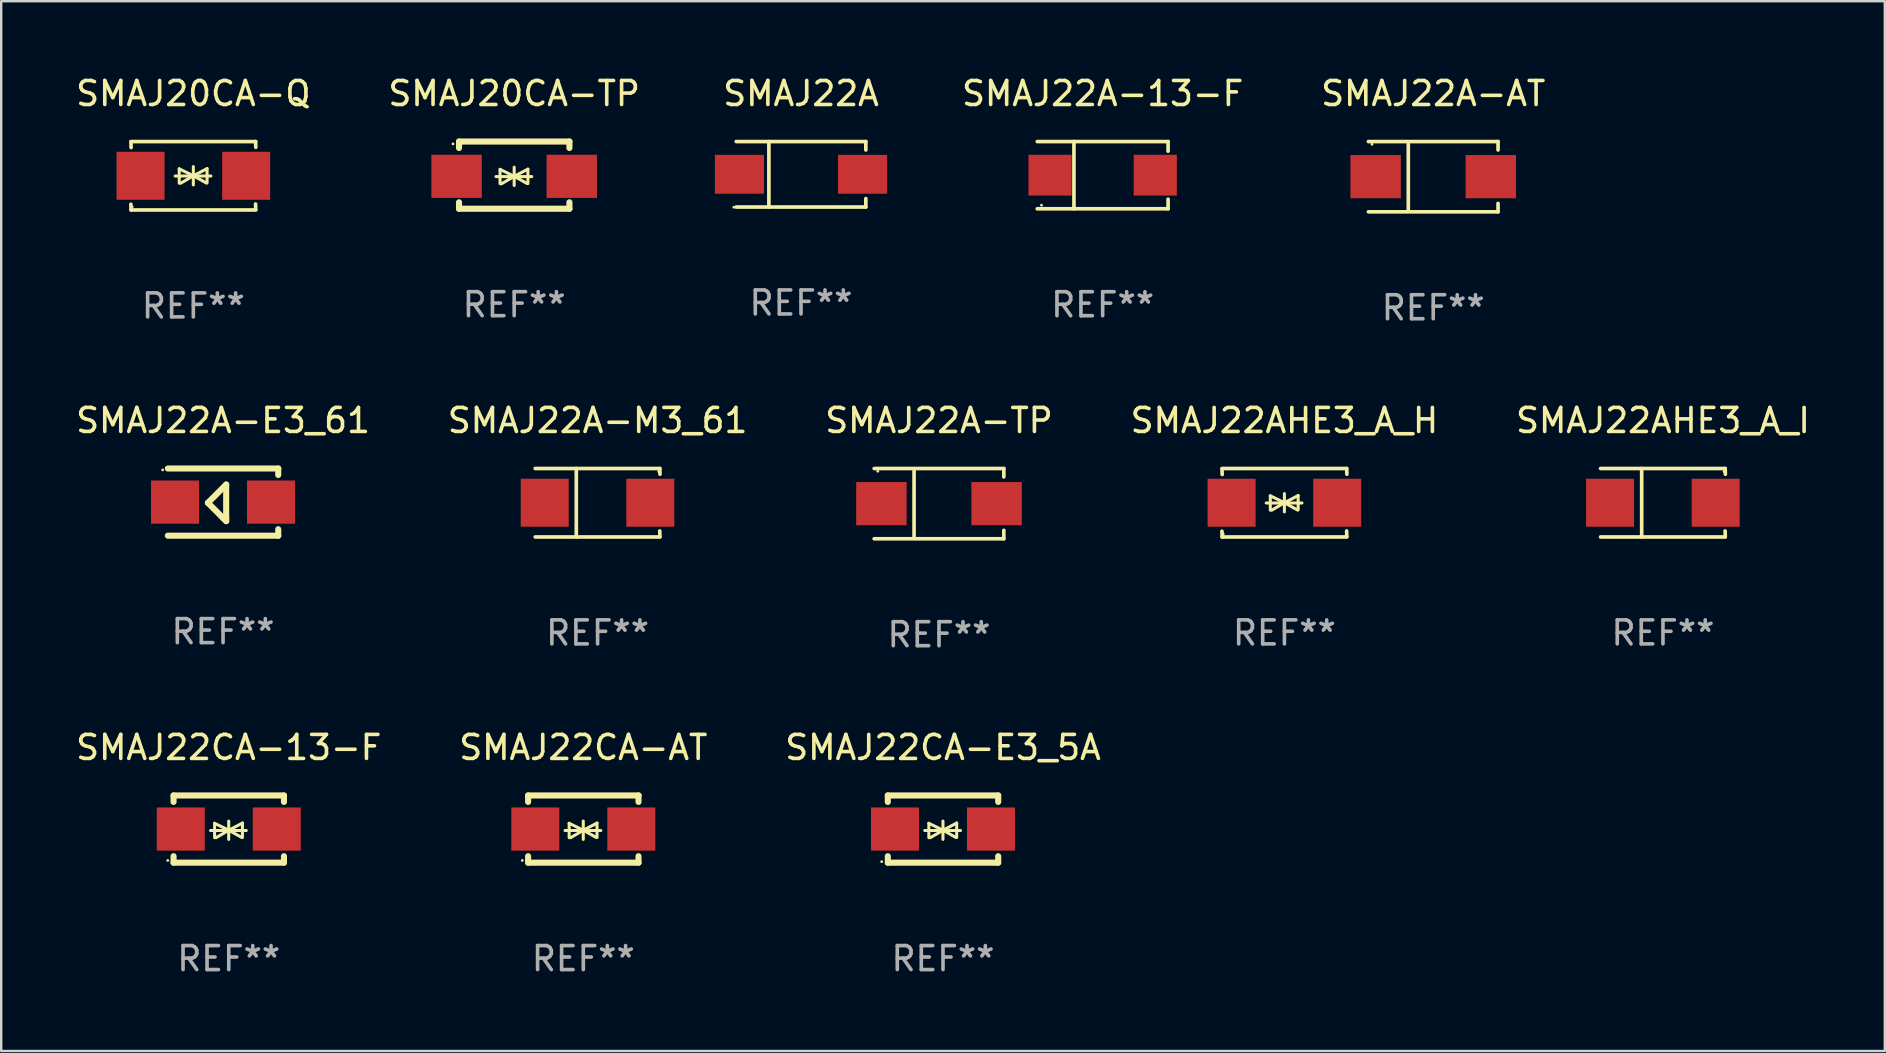
<source format=kicad_pcb>
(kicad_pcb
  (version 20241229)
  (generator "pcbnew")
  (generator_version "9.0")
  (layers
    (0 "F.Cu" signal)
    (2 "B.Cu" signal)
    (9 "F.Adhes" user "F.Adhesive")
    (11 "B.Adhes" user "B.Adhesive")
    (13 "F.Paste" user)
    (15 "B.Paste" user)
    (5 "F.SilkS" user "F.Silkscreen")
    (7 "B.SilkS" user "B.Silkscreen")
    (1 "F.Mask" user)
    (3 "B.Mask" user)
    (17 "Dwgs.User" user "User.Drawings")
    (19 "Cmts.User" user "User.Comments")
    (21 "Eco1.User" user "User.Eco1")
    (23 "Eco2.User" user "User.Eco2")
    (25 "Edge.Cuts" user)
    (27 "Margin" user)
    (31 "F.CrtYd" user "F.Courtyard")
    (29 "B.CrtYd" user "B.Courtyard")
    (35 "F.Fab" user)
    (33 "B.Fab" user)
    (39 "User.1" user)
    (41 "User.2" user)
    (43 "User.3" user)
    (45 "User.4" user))
  (footprint "SMAJ20CA-TP"
    (layer "F.Cu")
    (at 18.375 4.248)
    (property "Reference" "SMAJ20CA-TP" (at 0 -3.4 0) (layer "F.SilkS") (effects (font (size 1 1) (thickness 0.15))))
    (attr through_hole)
    (fp_line (start -2.298 -1.4) (end -2.298 -1.131) (stroke (width 0.254) (type solid)) (layer "F.SilkS"))
    (fp_line (start -2.298 -1.4) (end 2.302 -1.4) (stroke (width 0.254) (type solid)) (layer "F.SilkS"))
    (fp_line (start -2.298 1.131) (end -2.298 1.4) (stroke (width 0.254) (type solid)) (layer "F.SilkS"))
    (fp_line (start -2.298 1.4) (end 2.302 1.4) (stroke (width 0.254) (type solid)) (layer "F.SilkS"))
    (fp_line (start -0.758 0.06) (end 0.732 0.06) (stroke (width 0.127) (type solid)) (layer "F.SilkS"))
    (fp_line (start -0.588 -0.24) (end -0.588 0.36) (stroke (width 0.127) (type solid)) (layer "F.SilkS"))
    (fp_line (start -0.588 -0.24) (end 0.000025 0.049) (stroke (width 0.127) (type solid)) (layer "F.SilkS"))
    (fp_line (start -0.528 0.36) (end 0.000025 0.049) (stroke (width 0.127) (type solid)) (layer "F.SilkS"))
    (fp_line (start 0.000025 0.049) (end 0.000025 -0.332) (stroke (width 0.127) (type solid)) (layer "F.SilkS"))
    (fp_line (start 0.000025 0.049) (end 0.000025 0.43) (stroke (width 0.127) (type solid)) (layer "F.SilkS"))
    (fp_line (start 0.542 0.35) (end 0.000025 0.049) (stroke (width 0.127) (type solid)) (layer "F.SilkS"))
    (fp_line (start 0.572 -0.25) (end 0.000025 0.049) (stroke (width 0.127) (type solid)) (layer "F.SilkS"))
    (fp_line (start 0.572 -0.25) (end 0.572 0.35) (stroke (width 0.127) (type solid)) (layer "F.SilkS"))
    (fp_line (start 2.302 -1.4) (end 2.302 -1.131) (stroke (width 0.254) (type solid)) (layer "F.SilkS"))
    (fp_line (start 2.302 1.131) (end 2.302 1.4) (stroke (width 0.254) (type solid)) (layer "F.SilkS"))
    (fp_circle (center -2.549 -1.301) (end -2.519 -1.301) (stroke (width 0.06) (type solid)) (fill no) (layer "F.SilkS"))
    (fp_text user "REF**" (at 0 5.4 0) (layer "F.Fab") (effects (font (size 1 1) (thickness 0.15))))
    (pad "1" smd rect (at -2.4 0.049) (size 2.1 1.8) (layers "F.Cu" "F.Mask" "F.Paste"))
    (pad "2" smd rect (at 2.4 0.049) (size 2.1 1.8) (layers "F.Cu" "F.Mask" "F.Paste")))
  (footprint "SMAJ22A-TP"
    (layer "F.Cu")
    (at 36.077 17.936)
    (property "Reference" "SMAJ22A-TP" (at 0 -3.464 0) (layer "F.SilkS") (effects (font (size 1 1) (thickness 0.15))))
    (attr through_hole)
    (fp_line (start -2.701 -1.464) (end 2.701 -1.464) (stroke (width 0.152) (type solid)) (layer "F.SilkS"))
    (fp_line (start -2.701 1.464) (end 2.701 1.464) (stroke (width 0.152) (type solid)) (layer "F.SilkS"))
    (fp_line (start -1.039 -1.364) (end -1.039 1.364) (stroke (width 0.152) (type solid)) (layer "F.SilkS"))
    (fp_line (start 2.701 -1.464) (end 2.701 -1.113) (stroke (width 0.152) (type solid)) (layer "F.SilkS"))
    (fp_line (start 2.701 1.464) (end 2.701 1.113) (stroke (width 0.152) (type solid)) (layer "F.SilkS"))
    (fp_circle (center -2.55 -1.35) (end -2.52 -1.35) (stroke (width 0.06) (type solid)) (fill no) (layer "F.SilkS"))
    (fp_text user "REF**" (at 0 5.464 0) (layer "F.Fab") (effects (font (size 1 1) (thickness 0.15))))
    (pad "1" smd rect (at -2.4 0) (size 2.1 1.8) (layers "F.Cu" "F.Mask" "F.Paste"))
    (pad "2" smd rect (at 2.4 0) (size 2.1 1.8) (layers "F.Cu" "F.Mask" "F.Paste")))
  (footprint "SMAJ22CA-AT"
    (layer "F.Cu")
    (at 21.256 31.496)
    (property "Reference" "SMAJ22CA-AT" (at 0 -3.4 0) (layer "F.SilkS") (effects (font (size 1 1) (thickness 0.15))))
    (attr through_hole)
    (fp_line (start -2.3 -1.4) (end -2.3 -1.131) (stroke (width 0.254) (type solid)) (layer "F.SilkS"))
    (fp_line (start -2.3 -1.4) (end 2.3 -1.4) (stroke (width 0.254) (type solid)) (layer "F.SilkS"))
    (fp_line (start -2.3 1.131) (end -2.3 1.4) (stroke (width 0.254) (type solid)) (layer "F.SilkS"))
    (fp_line (start -2.3 1.4) (end 2.3 1.4) (stroke (width 0.254) (type solid)) (layer "F.SilkS"))
    (fp_line (start -0.76 0.06) (end 0.73 0.06) (stroke (width 0.127) (type solid)) (layer "F.SilkS"))
    (fp_line (start -0.59 -0.24) (end -0.59 0.36) (stroke (width 0.127) (type solid)) (layer "F.SilkS"))
    (fp_line (start -0.59 -0.24) (end -0.002 0.049) (stroke (width 0.127) (type solid)) (layer "F.SilkS"))
    (fp_line (start -0.53 0.36) (end -0.002 0.049) (stroke (width 0.127) (type solid)) (layer "F.SilkS"))
    (fp_line (start -0.002 0.049) (end -0.002 -0.332) (stroke (width 0.127) (type solid)) (layer "F.SilkS"))
    (fp_line (start -0.002 0.049) (end -0.002 0.43) (stroke (width 0.127) (type solid)) (layer "F.SilkS"))
    (fp_line (start 0.54 0.35) (end -0.002 0.049) (stroke (width 0.127) (type solid)) (layer "F.SilkS"))
    (fp_line (start 0.57 -0.25) (end -0.002 0.049) (stroke (width 0.127) (type solid)) (layer "F.SilkS"))
    (fp_line (start 0.57 -0.25) (end 0.57 0.35) (stroke (width 0.127) (type solid)) (layer "F.SilkS"))
    (fp_line (start 2.3 -1.4) (end 2.3 -1.131) (stroke (width 0.254) (type solid)) (layer "F.SilkS"))
    (fp_line (start 2.3 1.131) (end 2.3 1.4) (stroke (width 0.254) (type solid)) (layer "F.SilkS"))
    (fp_circle (center -2.542 1.308) (end -2.512 1.308) (stroke (width 0.06) (type solid)) (fill no) (layer "F.SilkS"))
    (fp_text user "REF**" (at 0 5.4 0) (layer "F.Fab") (effects (font (size 1 1) (thickness 0.15))))
    (pad "1" smd rect (at -2 0) (size 2 1.8) (layers "F.Cu" "F.Mask" "F.Paste"))
    (pad "2" smd rect (at 2 0) (size 2 1.8) (layers "F.Cu" "F.Mask" "F.Paste")))
  (footprint "SMAJ22A-M3_61"
    (layer "F.Cu")
    (at 21.851 17.898)
    (property "Reference" "SMAJ22A-M3_61" (at 0 -3.426 0) (layer "F.SilkS") (effects (font (size 1 1) (thickness 0.15))))
    (attr through_hole)
    (fp_line (start -2.6 -1.426) (end 2.593 -1.426) (stroke (width 0.152) (type solid)) (layer "F.SilkS"))
    (fp_line (start -2.6 1.426) (end 2.593 1.426) (stroke (width 0.152) (type solid)) (layer "F.SilkS"))
    (fp_line (start -0.887 -1.426) (end -0.887 1.426) (stroke (width 0.152) (type solid)) (layer "F.SilkS"))
    (fp_line (start 2.59 1.176) (end 2.597 1.415) (stroke (width 0.152) (type solid)) (layer "F.SilkS"))
    (fp_line (start 2.593 -1.426) (end 2.6 -1.187) (stroke (width 0.152) (type solid)) (layer "F.SilkS"))
    (fp_circle (center 2.547 -1.3) (end 2.577 -1.3) (stroke (width 0.06) (type solid)) (fill no) (layer "F.SilkS"))
    (fp_text user "REF**" (at 0 5.426 0) (layer "F.Fab") (effects (font (size 1 1) (thickness 0.15))))
    (pad "1" smd rect (at 2.197 -0.000025 180) (size 2 2) (layers "F.Cu" "F.Mask" "F.Paste"))
    (pad "2" smd rect (at -2.203 -0.000025 180) (size 2 2) (layers "F.Cu" "F.Mask" "F.Paste")))
  (footprint "SMAJ22A-E3_61"
    (layer "F.Cu")
    (at 6.244 17.872)
    (property "Reference" "SMAJ22A-E3_61" (at 0 -3.4 0) (layer "F.SilkS") (effects (font (size 1 1) (thickness 0.15))))
    (attr through_hole)
    (fp_line (start -2.3 -1.4) (end 2.3 -1.4) (stroke (width 0.254) (type solid)) (layer "F.SilkS"))
    (fp_line (start -2.3 1.4) (end 2.3 1.4) (stroke (width 0.254) (type solid)) (layer "F.SilkS"))
    (fp_line (start -0.631 0.03) (end 0.131 -0.732) (stroke (width 0.254) (type solid)) (layer "F.SilkS"))
    (fp_line (start 0.004 0.665) (end -0.631 0.03) (stroke (width 0.254) (type solid)) (layer "F.SilkS"))
    (fp_line (start 0.131 -0.732) (end 0.131 0.665) (stroke (width 0.254) (type solid)) (layer "F.SilkS"))
    (fp_line (start 0.131 0.665) (end 0.131 0.792) (stroke (width 0.254) (type solid)) (layer "F.SilkS"))
    (fp_line (start 0.131 0.792) (end 0.004 0.665) (stroke (width 0.254) (type solid)) (layer "F.SilkS"))
    (fp_line (start 2.3 -1.4) (end 2.3 -1.131) (stroke (width 0.254) (type solid)) (layer "F.SilkS"))
    (fp_line (start 2.3 1.131) (end 2.3 1.4) (stroke (width 0.254) (type solid)) (layer "F.SilkS"))
    (fp_circle (center -2.517 -1.342) (end -2.487 -1.342) (stroke (width 0.06) (type solid)) (fill no) (layer "F.SilkS"))
    (fp_text user "REF**" (at 0 5.4 0) (layer "F.Fab") (effects (font (size 1 1) (thickness 0.15))))
    (pad "1" smd rect (at -2 -0.000127) (size 2 1.8) (layers "F.Cu" "F.Mask" "F.Paste"))
    (pad "2" smd rect (at 2 -0.000127) (size 2 1.8) (layers "F.Cu" "F.Mask" "F.Paste")))
  (footprint "SMAJ22A"
    (layer "F.Cu")
    (at 30.327 4.212)
    (property "Reference" "SMAJ22A" (at 0 -3.364 0) (layer "F.SilkS") (effects (font (size 1 1) (thickness 0.15))))
    (attr through_hole)
    (fp_line (start -2.701 -1.364) (end 2.701 -1.364) (stroke (width 0.152) (type solid)) (layer "F.SilkS"))
    (fp_line (start -2.701 1.364) (end 2.701 1.364) (stroke (width 0.152) (type solid)) (layer "F.SilkS"))
    (fp_line (start -1.339 -1.364) (end -1.339 1.364) (stroke (width 0.152) (type solid)) (layer "F.SilkS"))
    (fp_line (start 2.701 -1.364) (end 2.701 -1.013) (stroke (width 0.152) (type solid)) (layer "F.SilkS"))
    (fp_line (start 2.701 1.364) (end 2.701 1.013) (stroke (width 0.152) (type solid)) (layer "F.SilkS"))
    (fp_circle (center -2.8 1.375) (end -2.77 1.375) (stroke (width 0.06) (type solid)) (fill no) (layer "F.SilkS"))
    (fp_text user "REF**" (at 0 5.364 0) (layer "F.Fab") (effects (font (size 1 1) (thickness 0.15))))
    (pad "1" smd rect (at -2.565 -0.000025) (size 2.046 1.62) (layers "F.Cu" "F.Mask" "F.Paste"))
    (pad "2" smd rect (at 2.565 -0.000025) (size 2.046 1.62) (layers "F.Cu" "F.Mask" "F.Paste")))
  (footprint "SMAJ22A-13-F"
    (layer "F.Cu")
    (at 42.897 4.249)
    (property "Reference" "SMAJ22A-13-F" (at 0 -3.401 0) (layer "F.SilkS") (effects (font (size 1 1) (thickness 0.15))))
    (attr through_hole)
    (fp_line (start -2.726 -1.401) (end 2.726 -1.401) (stroke (width 0.152) (type solid)) (layer "F.SilkS"))
    (fp_line (start -2.726 1.401) (end 2.726 1.401) (stroke (width 0.152) (type solid)) (layer "F.SilkS"))
    (fp_line (start -1.197 -1.401) (end -1.197 1.401) (stroke (width 0.152) (type solid)) (layer "F.SilkS"))
    (fp_line (start 2.726 -1.401) (end 2.726 -1) (stroke (width 0.152) (type solid)) (layer "F.SilkS"))
    (fp_line (start 2.726 1.401) (end 2.726 1) (stroke (width 0.152) (type solid)) (layer "F.SilkS"))
    (fp_circle (center -2.55 1.25) (end -2.52 1.25) (stroke (width 0.06) (type solid)) (fill no) (layer "F.SilkS"))
    (fp_text user "REF**" (at 0 5.401 0) (layer "F.Fab") (effects (font (size 1 1) (thickness 0.15))))
    (pad "1" smd rect (at -2.192 0) (size 1.8 1.7) (layers "F.Cu" "F.Mask" "F.Paste"))
    (pad "2" smd rect (at 2.192 0) (size 1.8 1.7) (layers "F.Cu" "F.Mask" "F.Paste")))
  (footprint "SMAJ22A-AT"
    (layer "F.Cu")
    (at 56.671 4.312)
    (property "Reference" "SMAJ22A-AT" (at 0 -3.464 0) (layer "F.SilkS") (effects (font (size 1 1) (thickness 0.15))))
    (attr through_hole)
    (fp_line (start -2.701 -1.464) (end 2.701 -1.464) (stroke (width 0.152) (type solid)) (layer "F.SilkS"))
    (fp_line (start -2.701 1.464) (end 2.701 1.464) (stroke (width 0.152) (type solid)) (layer "F.SilkS"))
    (fp_line (start -1.039 -1.364) (end -1.039 1.364) (stroke (width 0.152) (type solid)) (layer "F.SilkS"))
    (fp_line (start 2.701 -1.464) (end 2.701 -1.113) (stroke (width 0.152) (type solid)) (layer "F.SilkS"))
    (fp_line (start 2.701 1.464) (end 2.701 1.113) (stroke (width 0.152) (type solid)) (layer "F.SilkS"))
    (fp_circle (center -2.55 -1.35) (end -2.52 -1.35) (stroke (width 0.06) (type solid)) (fill no) (layer "F.SilkS"))
    (fp_text user "REF**" (at 0 5.464 0) (layer "F.Fab") (effects (font (size 1 1) (thickness 0.15))))
    (pad "1" smd rect (at -2.4 0) (size 2.1 1.8) (layers "F.Cu" "F.Mask" "F.Paste"))
    (pad "2" smd rect (at 2.4 0) (size 2.1 1.8) (layers "F.Cu" "F.Mask" "F.Paste")))
  (footprint "SMAJ20CA-Q"
    (layer "F.Cu")
    (at 5.006 4.274)
    (property "Reference" "SMAJ20CA-Q" (at 0 -3.426 0) (layer "F.SilkS") (effects (font (size 1 1) (thickness 0.15))))
    (attr through_hole)
    (fp_line (start -2.596 -1.426) (end 2.596 -1.426) (stroke (width 0.152) (type solid)) (layer "F.SilkS"))
    (fp_line (start -2.596 1.426) (end -2.603 1.187) (stroke (width 0.152) (type solid)) (layer "F.SilkS"))
    (fp_line (start -2.596 1.426) (end 2.596 1.426) (stroke (width 0.152) (type solid)) (layer "F.SilkS"))
    (fp_line (start -2.593 -1.176) (end -2.6 -1.415) (stroke (width 0.152) (type solid)) (layer "F.SilkS"))
    (fp_line (start -0.758 0.011) (end 0.732 0.011) (stroke (width 0.127) (type solid)) (layer "F.SilkS"))
    (fp_line (start -0.588 -0.289) (end -0.588 0.311) (stroke (width 0.127) (type solid)) (layer "F.SilkS"))
    (fp_line (start -0.588 -0.289) (end 0 0) (stroke (width 0.127) (type solid)) (layer "F.SilkS"))
    (fp_line (start -0.528 0.311) (end 0 0) (stroke (width 0.127) (type solid)) (layer "F.SilkS"))
    (fp_line (start 0 0) (end 0 -0.381) (stroke (width 0.127) (type solid)) (layer "F.SilkS"))
    (fp_line (start 0 0) (end 0 0.381) (stroke (width 0.127) (type solid)) (layer "F.SilkS"))
    (fp_line (start 0.542 0.301) (end 0 0) (stroke (width 0.127) (type solid)) (layer "F.SilkS"))
    (fp_line (start 0.572 -0.299) (end 0 0) (stroke (width 0.127) (type solid)) (layer "F.SilkS"))
    (fp_line (start 0.572 -0.299) (end 0.572 0.301) (stroke (width 0.127) (type solid)) (layer "F.SilkS"))
    (fp_line (start 2.593 1.176) (end 2.6 1.415) (stroke (width 0.152) (type solid)) (layer "F.SilkS"))
    (fp_line (start 2.596 -1.426) (end 2.603 -1.187) (stroke (width 0.152) (type solid)) (layer "F.SilkS"))
    (fp_circle (center -2.55 1.3) (end -2.52 1.3) (stroke (width 0.06) (type solid)) (fill no) (layer "F.SilkS"))
    (fp_text user "REF**" (at 0 5.426 0) (layer "F.Fab") (effects (font (size 1 1) (thickness 0.15))))
    (pad "1" smd rect (at -2.2 0 180) (size 2 2) (layers "F.Cu" "F.Mask" "F.Paste"))
    (pad "2" smd rect (at 2.2 0 180) (size 2 2) (layers "F.Cu" "F.Mask" "F.Paste")))
  (footprint "SMAJ22AHE3_A_I"
    (layer "F.Cu")
    (at 66.244 17.898)
    (property "Reference" "SMAJ22AHE3_A_I" (at 0 -3.426 0) (layer "F.SilkS") (effects (font (size 1 1) (thickness 0.15))))
    (attr through_hole)
    (fp_line (start -2.6 -1.426) (end 2.593 -1.426) (stroke (width 0.152) (type solid)) (layer "F.SilkS"))
    (fp_line (start -2.6 1.426) (end 2.593 1.426) (stroke (width 0.152) (type solid)) (layer "F.SilkS"))
    (fp_line (start -0.887 -1.426) (end -0.887 1.426) (stroke (width 0.152) (type solid)) (layer "F.SilkS"))
    (fp_line (start 2.59 1.176) (end 2.597 1.415) (stroke (width 0.152) (type solid)) (layer "F.SilkS"))
    (fp_line (start 2.593 -1.426) (end 2.6 -1.187) (stroke (width 0.152) (type solid)) (layer "F.SilkS"))
    (fp_circle (center 2.547 -1.3) (end 2.577 -1.3) (stroke (width 0.06) (type solid)) (fill no) (layer "F.SilkS"))
    (fp_text user "REF**" (at 0 5.426 0) (layer "F.Fab") (effects (font (size 1 1) (thickness 0.15))))
    (pad "1" smd rect (at 2.197 -0.000025 180) (size 2 2) (layers "F.Cu" "F.Mask" "F.Paste"))
    (pad "2" smd rect (at -2.203 -0.000025 180) (size 2 2) (layers "F.Cu" "F.Mask" "F.Paste")))
  (footprint "SMAJ22CA-E3_5A"
    (layer "F.Cu")
    (at 36.244 31.496)
    (property "Reference" "SMAJ22CA-E3_5A" (at 0 -3.4 0) (layer "F.SilkS") (effects (font (size 1 1) (thickness 0.15))))
    (attr through_hole)
    (fp_line (start -2.3 -1.4) (end -2.3 -1.131) (stroke (width 0.254) (type solid)) (layer "F.SilkS"))
    (fp_line (start -2.3 -1.4) (end 2.3 -1.4) (stroke (width 0.254) (type solid)) (layer "F.SilkS"))
    (fp_line (start -2.3 1.131) (end -2.3 1.4) (stroke (width 0.254) (type solid)) (layer "F.SilkS"))
    (fp_line (start -2.3 1.4) (end 2.3 1.4) (stroke (width 0.254) (type solid)) (layer "F.SilkS"))
    (fp_line (start -0.76 0.06) (end 0.73 0.06) (stroke (width 0.127) (type solid)) (layer "F.SilkS"))
    (fp_line (start -0.59 -0.24) (end -0.59 0.36) (stroke (width 0.127) (type solid)) (layer "F.SilkS"))
    (fp_line (start -0.59 -0.24) (end -0.002 0.049) (stroke (width 0.127) (type solid)) (layer "F.SilkS"))
    (fp_line (start -0.53 0.36) (end -0.002 0.049) (stroke (width 0.127) (type solid)) (layer "F.SilkS"))
    (fp_line (start -0.002 0.049) (end -0.002 -0.332) (stroke (width 0.127) (type solid)) (layer "F.SilkS"))
    (fp_line (start -0.002 0.049) (end -0.002 0.43) (stroke (width 0.127) (type solid)) (layer "F.SilkS"))
    (fp_line (start 0.54 0.35) (end -0.002 0.049) (stroke (width 0.127) (type solid)) (layer "F.SilkS"))
    (fp_line (start 0.57 -0.25) (end -0.002 0.049) (stroke (width 0.127) (type solid)) (layer "F.SilkS"))
    (fp_line (start 0.57 -0.25) (end 0.57 0.35) (stroke (width 0.127) (type solid)) (layer "F.SilkS"))
    (fp_line (start 2.3 -1.4) (end 2.3 -1.131) (stroke (width 0.254) (type solid)) (layer "F.SilkS"))
    (fp_line (start 2.3 1.131) (end 2.3 1.4) (stroke (width 0.254) (type solid)) (layer "F.SilkS"))
    (fp_circle (center -2.555 1.358) (end -2.525 1.358) (stroke (width 0.06) (type solid)) (fill no) (layer "F.SilkS"))
    (fp_text user "REF**" (at 0 5.4 0) (layer "F.Fab") (effects (font (size 1 1) (thickness 0.15))))
    (pad "1" smd rect (at -2 -0.000025) (size 2 1.8) (layers "F.Cu" "F.Mask" "F.Paste"))
    (pad "2" smd rect (at 2 -0.000025) (size 2 1.8) (layers "F.Cu" "F.Mask" "F.Paste")))
  (footprint "SMAJ22CA-13-F"
    (layer "F.Cu")
    (at 6.482 31.496)
    (property "Reference" "SMAJ22CA-13-F" (at 0 -3.4 0) (layer "F.SilkS") (effects (font (size 1 1) (thickness 0.15))))
    (attr through_hole)
    (fp_line (start -2.3 -1.4) (end -2.3 -1.131) (stroke (width 0.254) (type solid)) (layer "F.SilkS"))
    (fp_line (start -2.3 -1.4) (end 2.3 -1.4) (stroke (width 0.254) (type solid)) (layer "F.SilkS"))
    (fp_line (start -2.3 1.131) (end -2.3 1.4) (stroke (width 0.254) (type solid)) (layer "F.SilkS"))
    (fp_line (start -2.3 1.4) (end 2.3 1.4) (stroke (width 0.254) (type solid)) (layer "F.SilkS"))
    (fp_line (start -0.76 0.06) (end 0.73 0.06) (stroke (width 0.127) (type solid)) (layer "F.SilkS"))
    (fp_line (start -0.59 -0.24) (end -0.59 0.36) (stroke (width 0.127) (type solid)) (layer "F.SilkS"))
    (fp_line (start -0.59 -0.24) (end -0.002 0.049) (stroke (width 0.127) (type solid)) (layer "F.SilkS"))
    (fp_line (start -0.53 0.36) (end -0.002 0.049) (stroke (width 0.127) (type solid)) (layer "F.SilkS"))
    (fp_line (start -0.002 0.049) (end -0.002 -0.332) (stroke (width 0.127) (type solid)) (layer "F.SilkS"))
    (fp_line (start -0.002 0.049) (end -0.002 0.43) (stroke (width 0.127) (type solid)) (layer "F.SilkS"))
    (fp_line (start 0.54 0.35) (end -0.002 0.049) (stroke (width 0.127) (type solid)) (layer "F.SilkS"))
    (fp_line (start 0.57 -0.25) (end -0.002 0.049) (stroke (width 0.127) (type solid)) (layer "F.SilkS"))
    (fp_line (start 0.57 -0.25) (end 0.57 0.35) (stroke (width 0.127) (type solid)) (layer "F.SilkS"))
    (fp_line (start 2.3 -1.4) (end 2.3 -1.131) (stroke (width 0.254) (type solid)) (layer "F.SilkS"))
    (fp_line (start 2.3 1.131) (end 2.3 1.4) (stroke (width 0.254) (type solid)) (layer "F.SilkS"))
    (fp_circle (center -2.542 1.308) (end -2.512 1.308) (stroke (width 0.06) (type solid)) (fill no) (layer "F.SilkS"))
    (fp_text user "REF**" (at 0 5.4 0) (layer "F.Fab") (effects (font (size 1 1) (thickness 0.15))))
    (pad "1" smd rect (at -2 0) (size 2 1.8) (layers "F.Cu" "F.Mask" "F.Paste"))
    (pad "2" smd rect (at 2 0) (size 2 1.8) (layers "F.Cu" "F.Mask" "F.Paste")))
  (footprint "SMAJ22AHE3_A_H"
    (layer "F.Cu")
    (at 50.47 17.898)
    (property "Reference" "SMAJ22AHE3_A_H" (at 0 -3.426 0) (layer "F.SilkS") (effects (font (size 1 1) (thickness 0.15))))
    (attr through_hole)
    (fp_line (start -2.596 -1.426) (end 2.596 -1.426) (stroke (width 0.152) (type solid)) (layer "F.SilkS"))
    (fp_line (start -2.596 1.426) (end -2.603 1.187) (stroke (width 0.152) (type solid)) (layer "F.SilkS"))
    (fp_line (start -2.596 1.426) (end 2.596 1.426) (stroke (width 0.152) (type solid)) (layer "F.SilkS"))
    (fp_line (start -2.593 -1.176) (end -2.6 -1.415) (stroke (width 0.152) (type solid)) (layer "F.SilkS"))
    (fp_line (start -0.758 0.011) (end 0.732 0.011) (stroke (width 0.127) (type solid)) (layer "F.SilkS"))
    (fp_line (start -0.588 -0.289) (end -0.588 0.311) (stroke (width 0.127) (type solid)) (layer "F.SilkS"))
    (fp_line (start -0.588 -0.289) (end 0 0) (stroke (width 0.127) (type solid)) (layer "F.SilkS"))
    (fp_line (start -0.528 0.311) (end 0 0) (stroke (width 0.127) (type solid)) (layer "F.SilkS"))
    (fp_line (start 0 0) (end 0 -0.381) (stroke (width 0.127) (type solid)) (layer "F.SilkS"))
    (fp_line (start 0 0) (end 0 0.381) (stroke (width 0.127) (type solid)) (layer "F.SilkS"))
    (fp_line (start 0.542 0.301) (end 0 0) (stroke (width 0.127) (type solid)) (layer "F.SilkS"))
    (fp_line (start 0.572 -0.299) (end 0 0) (stroke (width 0.127) (type solid)) (layer "F.SilkS"))
    (fp_line (start 0.572 -0.299) (end 0.572 0.301) (stroke (width 0.127) (type solid)) (layer "F.SilkS"))
    (fp_line (start 2.593 1.176) (end 2.6 1.415) (stroke (width 0.152) (type solid)) (layer "F.SilkS"))
    (fp_line (start 2.596 -1.426) (end 2.603 -1.187) (stroke (width 0.152) (type solid)) (layer "F.SilkS"))
    (fp_circle (center -2.55 1.3) (end -2.52 1.3) (stroke (width 0.06) (type solid)) (fill no) (layer "F.SilkS"))
    (fp_text user "REF**" (at 0 5.426 0) (layer "F.Fab") (effects (font (size 1 1) (thickness 0.15))))
    (pad "1" smd rect (at -2.2 0 180) (size 2 2) (layers "F.Cu" "F.Mask" "F.Paste"))
    (pad "2" smd rect (at 2.2 0 180) (size 2 2) (layers "F.Cu" "F.Mask" "F.Paste")))
  (gr_rect
    (start -3 -3)
    (end 75.488 40.744)
    (stroke (width 0.1) (type default))
    (fill no)
    (layer "Edge.Cuts")))
</source>
